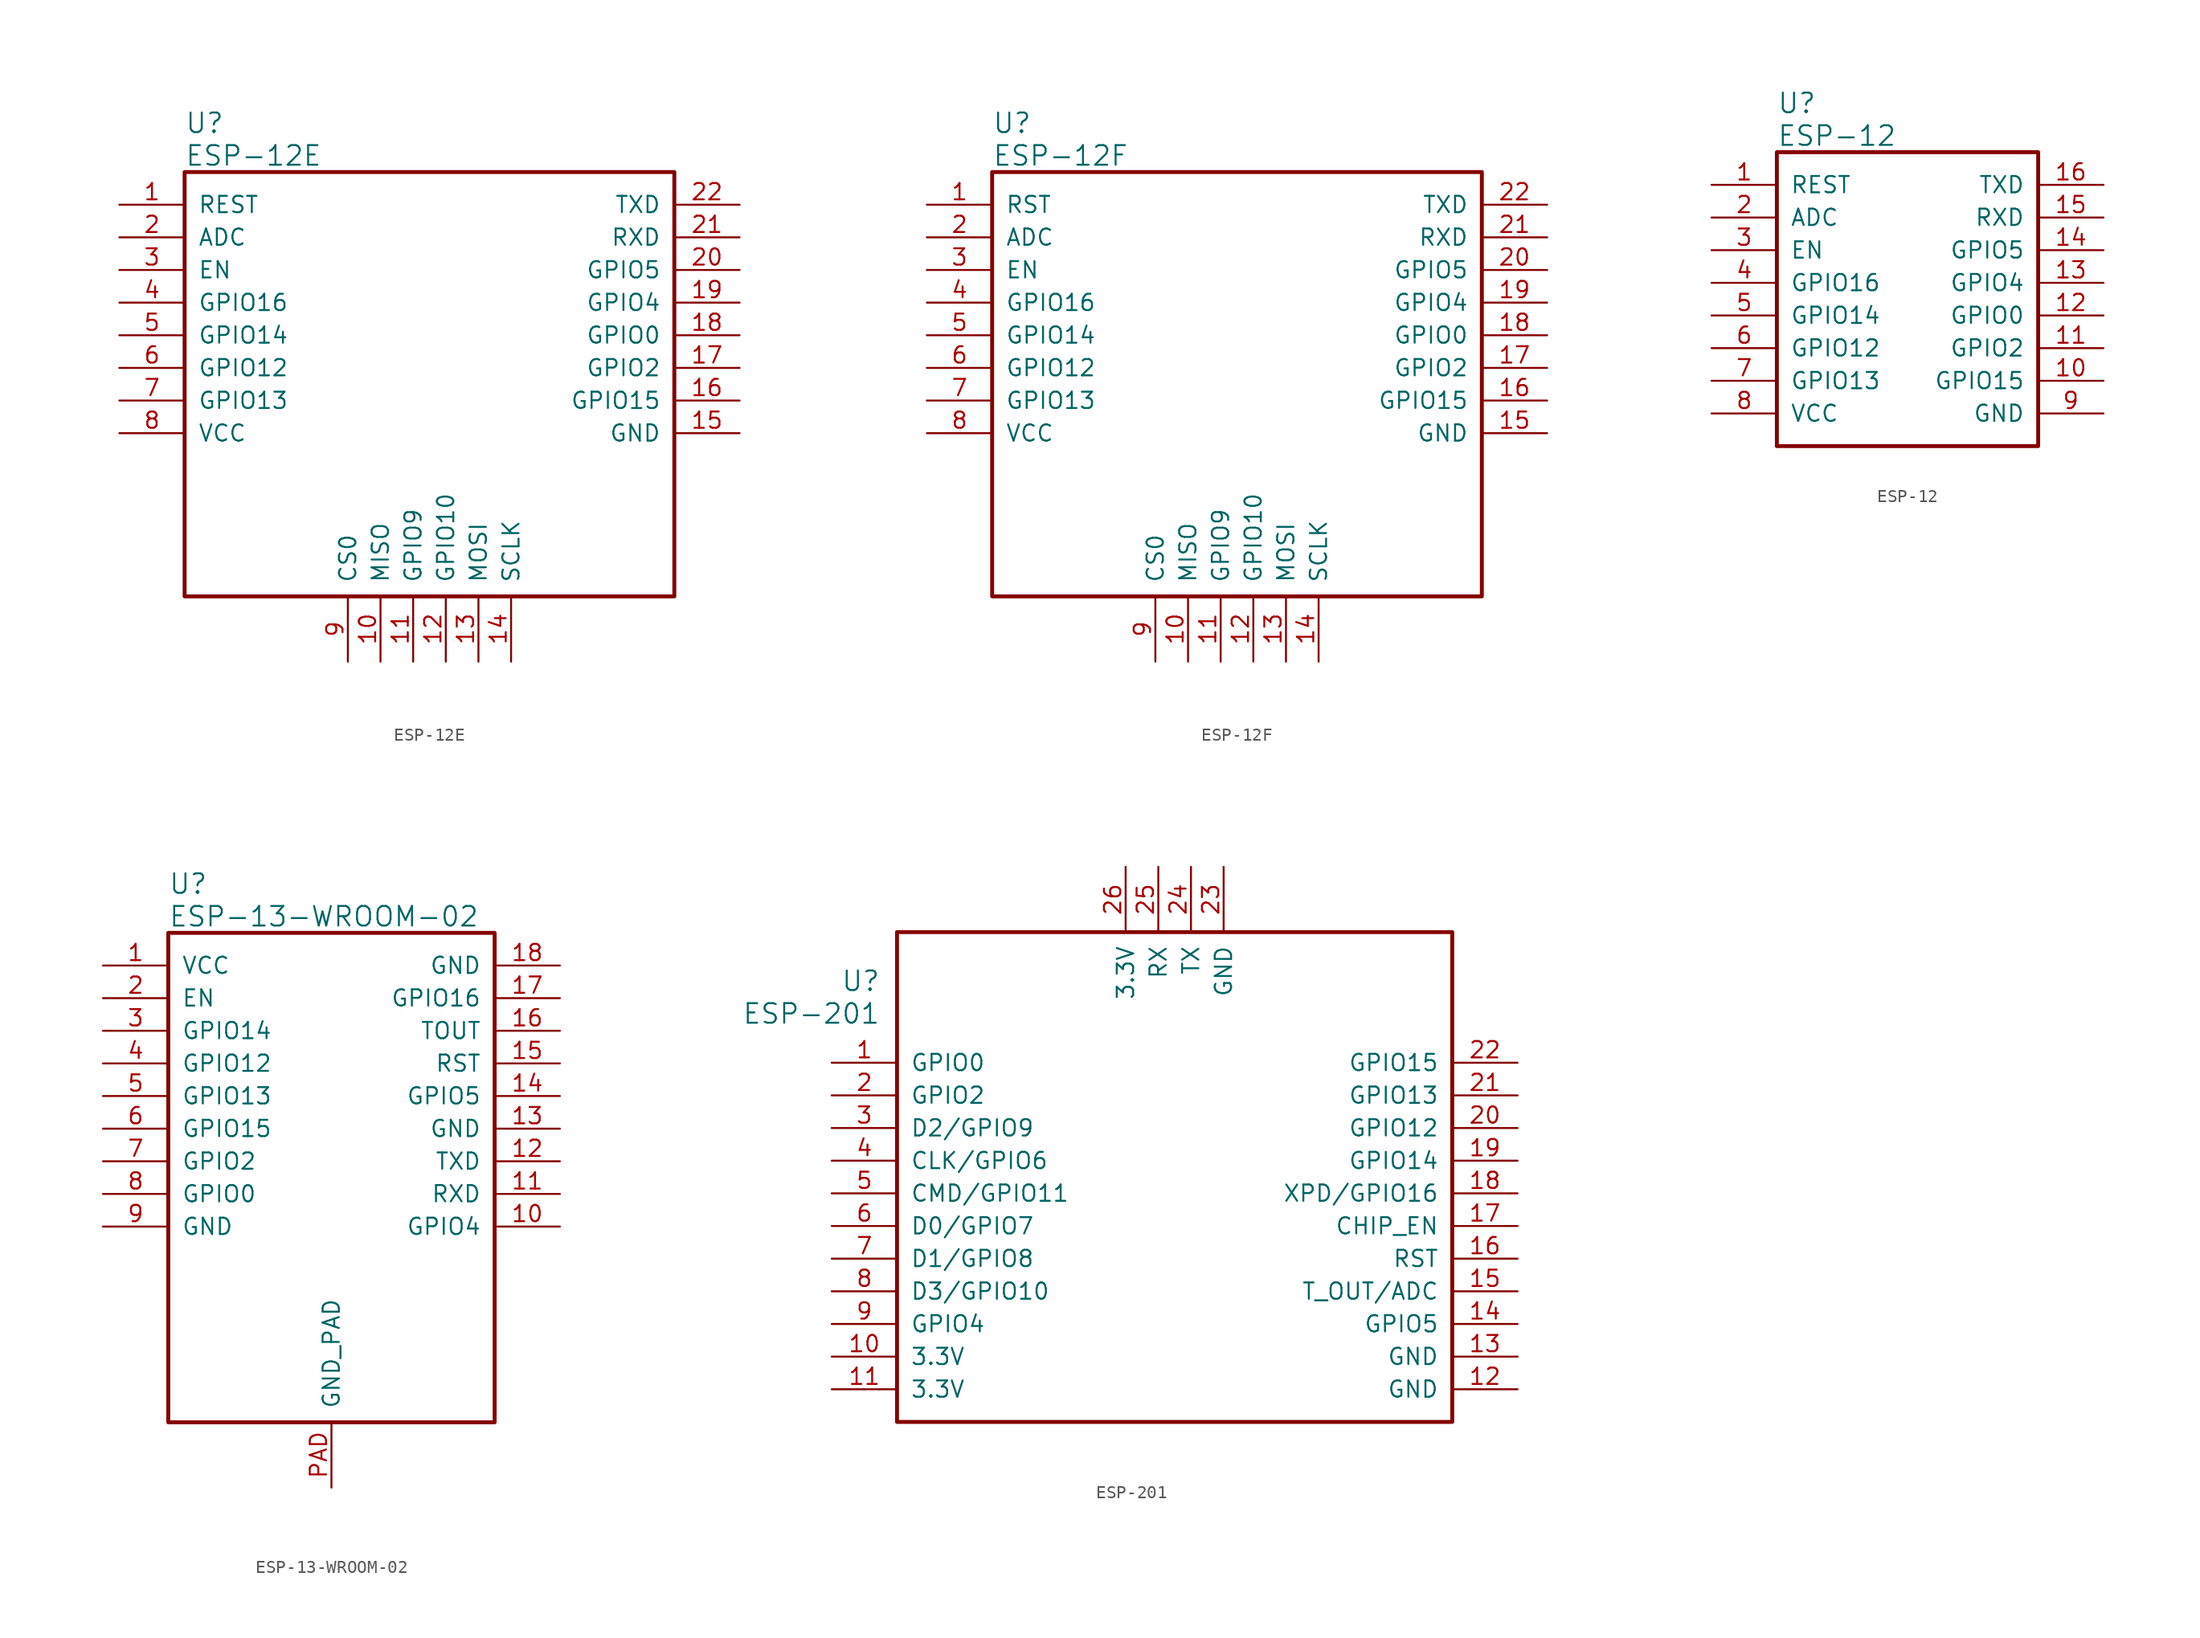
<source format=kicad_sym>
(kicad_symbol_lib
  (version 20201005)
  (generator kicad_symbol_editor)
  (symbol "ESP-12E"
    (pin_names
      (offset 1.016))
    (property "Reference" "U"
      (at 5.08 6.35 0)
      (effects (font (size 1.524 1.524)) (justify left)))
    (property "Value" "ESP-12E"
      (at 5.08 3.81 0)
      (effects (font (size 1.524 1.524)) (justify left)))
    (property "ki_locked" ""
      (at 0 0 0)
      (effects (font (size 1.27 1.27))))
    (symbol "ESP-12E_1_1"
      (rectangle (start 5.08 2.54) (end 43.18 -30.48) (stroke (width 0.305)) (fill (type none)))
      (pin power_in line (at 48.26 -17.78 180) (length 5.08) (name "GND" (effects (font (size 1.27 1.27)))) (number "15" (effects (font (size 1.27 1.27)))))
      (pin bidirectional line (at 48.26 -15.24 180) (length 5.08) (name "GPIO15" (effects (font (size 1.27 1.27)))) (number "16" (effects (font (size 1.27 1.27)))))
      (pin bidirectional line (at 48.26 -12.7 180) (length 5.08) (name "GPIO2" (effects (font (size 1.27 1.27)))) (number "17" (effects (font (size 1.27 1.27)))))
      (pin bidirectional line (at 48.26 -10.16 180) (length 5.08) (name "GPIO0" (effects (font (size 1.27 1.27)))) (number "18" (effects (font (size 1.27 1.27)))))
      (pin bidirectional line (at 48.26 -7.62 180) (length 5.08) (name "GPIO4" (effects (font (size 1.27 1.27)))) (number "19" (effects (font (size 1.27 1.27)))))
      (pin bidirectional line (at 48.26 -5.08 180) (length 5.08) (name "GPIO5" (effects (font (size 1.27 1.27)))) (number "20" (effects (font (size 1.27 1.27)))))
      (pin input line (at 48.26 -2.54 180) (length 5.08) (name "RXD" (effects (font (size 1.27 1.27)))) (number "21" (effects (font (size 1.27 1.27)))))
      (pin output line (at 48.26 0 180) (length 5.08) (name "TXD" (effects (font (size 1.27 1.27)))) (number "22" (effects (font (size 1.27 1.27)))))
      (pin bidirectional line (at 17.78 -35.56 90) (length 5.08) (name "CS0" (effects (font (size 1.27 1.27)))) (number "9" (effects (font (size 1.27 1.27)))))
      (pin bidirectional line (at 20.32 -35.56 90) (length 5.08) (name "MISO" (effects (font (size 1.27 1.27)))) (number "10" (effects (font (size 1.27 1.27)))))
      (pin bidirectional line (at 22.86 -35.56 90) (length 5.08) (name "GPIO9" (effects (font (size 1.27 1.27)))) (number "11" (effects (font (size 1.27 1.27)))))
      (pin bidirectional line (at 25.4 -35.56 90) (length 5.08) (name "GPIO10" (effects (font (size 1.27 1.27)))) (number "12" (effects (font (size 1.27 1.27)))))
      (pin bidirectional line (at 27.94 -35.56 90) (length 5.08) (name "MOSI" (effects (font (size 1.27 1.27)))) (number "13" (effects (font (size 1.27 1.27)))))
      (pin bidirectional line (at 30.48 -35.56 90) (length 5.08) (name "SCLK" (effects (font (size 1.27 1.27)))) (number "14" (effects (font (size 1.27 1.27)))))
      (pin input line (at 0 0 0) (length 5.08) (name "REST" (effects (font (size 1.27 1.27)))) (number "1" (effects (font (size 1.27 1.27)))))
      (pin passive line (at 0 -2.54 0) (length 5.08) (name "ADC" (effects (font (size 1.27 1.27)))) (number "2" (effects (font (size 1.27 1.27)))))
      (pin input line (at 0 -5.08 0) (length 5.08) (name "EN" (effects (font (size 1.27 1.27)))) (number "3" (effects (font (size 1.27 1.27)))))
      (pin bidirectional line (at 0 -7.62 0) (length 5.08) (name "GPIO16" (effects (font (size 1.27 1.27)))) (number "4" (effects (font (size 1.27 1.27)))))
      (pin bidirectional line (at 0 -10.16 0) (length 5.08) (name "GPIO14" (effects (font (size 1.27 1.27)))) (number "5" (effects (font (size 1.27 1.27)))))
      (pin bidirectional line (at 0 -12.7 0) (length 5.08) (name "GPIO12" (effects (font (size 1.27 1.27)))) (number "6" (effects (font (size 1.27 1.27)))))
      (pin bidirectional line (at 0 -15.24 0) (length 5.08) (name "GPIO13" (effects (font (size 1.27 1.27)))) (number "7" (effects (font (size 1.27 1.27)))))
      (pin power_in line (at 0 -17.78 0) (length 5.08) (name "VCC" (effects (font (size 1.27 1.27)))) (number "8" (effects (font (size 1.27 1.27)))))))
  (symbol "ESP-12F"
    (pin_names
      (offset 1.016))
    (property "Reference" "U"
      (at 5.08 6.35 0)
      (effects (font (size 1.524 1.524)) (justify left)))
    (property "Value" "ESP-12F"
      (at 5.08 3.81 0)
      (effects (font (size 1.524 1.524)) (justify left)))
    (property "ki_locked" ""
      (at 0 0 0)
      (effects (font (size 1.27 1.27))))
    (symbol "ESP-12F_1_1"
      (rectangle (start 5.08 2.54) (end 43.18 -30.48) (stroke (width 0.305)) (fill (type none)))
      (pin power_in line (at 48.26 -17.78 180) (length 5.08) (name "GND" (effects (font (size 1.27 1.27)))) (number "15" (effects (font (size 1.27 1.27)))))
      (pin bidirectional line (at 48.26 -15.24 180) (length 5.08) (name "GPIO15" (effects (font (size 1.27 1.27)))) (number "16" (effects (font (size 1.27 1.27)))))
      (pin bidirectional line (at 48.26 -12.7 180) (length 5.08) (name "GPIO2" (effects (font (size 1.27 1.27)))) (number "17" (effects (font (size 1.27 1.27)))))
      (pin bidirectional line (at 48.26 -10.16 180) (length 5.08) (name "GPIO0" (effects (font (size 1.27 1.27)))) (number "18" (effects (font (size 1.27 1.27)))))
      (pin bidirectional line (at 48.26 -7.62 180) (length 5.08) (name "GPIO4" (effects (font (size 1.27 1.27)))) (number "19" (effects (font (size 1.27 1.27)))))
      (pin bidirectional line (at 48.26 -5.08 180) (length 5.08) (name "GPIO5" (effects (font (size 1.27 1.27)))) (number "20" (effects (font (size 1.27 1.27)))))
      (pin input line (at 48.26 -2.54 180) (length 5.08) (name "RXD" (effects (font (size 1.27 1.27)))) (number "21" (effects (font (size 1.27 1.27)))))
      (pin output line (at 48.26 0 180) (length 5.08) (name "TXD" (effects (font (size 1.27 1.27)))) (number "22" (effects (font (size 1.27 1.27)))))
      (pin bidirectional line (at 17.78 -35.56 90) (length 5.08) (name "CS0" (effects (font (size 1.27 1.27)))) (number "9" (effects (font (size 1.27 1.27)))))
      (pin bidirectional line (at 20.32 -35.56 90) (length 5.08) (name "MISO" (effects (font (size 1.27 1.27)))) (number "10" (effects (font (size 1.27 1.27)))))
      (pin bidirectional line (at 22.86 -35.56 90) (length 5.08) (name "GPIO9" (effects (font (size 1.27 1.27)))) (number "11" (effects (font (size 1.27 1.27)))))
      (pin bidirectional line (at 25.4 -35.56 90) (length 5.08) (name "GPIO10" (effects (font (size 1.27 1.27)))) (number "12" (effects (font (size 1.27 1.27)))))
      (pin bidirectional line (at 27.94 -35.56 90) (length 5.08) (name "MOSI" (effects (font (size 1.27 1.27)))) (number "13" (effects (font (size 1.27 1.27)))))
      (pin bidirectional line (at 30.48 -35.56 90) (length 5.08) (name "SCLK" (effects (font (size 1.27 1.27)))) (number "14" (effects (font (size 1.27 1.27)))))
      (pin input line (at 0 0 0) (length 5.08) (name "RST" (effects (font (size 1.27 1.27)))) (number "1" (effects (font (size 1.27 1.27)))))
      (pin passive line (at 0 -2.54 0) (length 5.08) (name "ADC" (effects (font (size 1.27 1.27)))) (number "2" (effects (font (size 1.27 1.27)))))
      (pin input line (at 0 -5.08 0) (length 5.08) (name "EN" (effects (font (size 1.27 1.27)))) (number "3" (effects (font (size 1.27 1.27)))))
      (pin bidirectional line (at 0 -7.62 0) (length 5.08) (name "GPIO16" (effects (font (size 1.27 1.27)))) (number "4" (effects (font (size 1.27 1.27)))))
      (pin bidirectional line (at 0 -10.16 0) (length 5.08) (name "GPIO14" (effects (font (size 1.27 1.27)))) (number "5" (effects (font (size 1.27 1.27)))))
      (pin bidirectional line (at 0 -12.7 0) (length 5.08) (name "GPIO12" (effects (font (size 1.27 1.27)))) (number "6" (effects (font (size 1.27 1.27)))))
      (pin bidirectional line (at 0 -15.24 0) (length 5.08) (name "GPIO13" (effects (font (size 1.27 1.27)))) (number "7" (effects (font (size 1.27 1.27)))))
      (pin power_in line (at 0 -17.78 0) (length 5.08) (name "VCC" (effects (font (size 1.27 1.27)))) (number "8" (effects (font (size 1.27 1.27)))))))
  (symbol "ESP-12"
    (pin_names
      (offset 1.016))
    (property "Reference" "U"
      (at 5.08 6.35 0)
      (effects (font (size 1.524 1.524)) (justify left)))
    (property "Value" "ESP-12"
      (at 5.08 3.81 0)
      (effects (font (size 1.524 1.524)) (justify left)))
    (property "ki_locked" ""
      (at 0 0 0)
      (effects (font (size 1.27 1.27))))
    (symbol "ESP-12_1_1"
      (rectangle (start 5.08 2.54) (end 25.4 -20.32) (stroke (width 0.305)) (fill (type none)))
      (pin power_in line (at 30.48 -17.78 180) (length 5.08) (name "GND" (effects (font (size 1.27 1.27)))) (number "9" (effects (font (size 1.27 1.27)))))
      (pin bidirectional line (at 30.48 -15.24 180) (length 5.08) (name "GPIO15" (effects (font (size 1.27 1.27)))) (number "10" (effects (font (size 1.27 1.27)))))
      (pin bidirectional line (at 30.48 -12.7 180) (length 5.08) (name "GPIO2" (effects (font (size 1.27 1.27)))) (number "11" (effects (font (size 1.27 1.27)))))
      (pin bidirectional line (at 30.48 -10.16 180) (length 5.08) (name "GPIO0" (effects (font (size 1.27 1.27)))) (number "12" (effects (font (size 1.27 1.27)))))
      (pin bidirectional line (at 30.48 -7.62 180) (length 5.08) (name "GPIO4" (effects (font (size 1.27 1.27)))) (number "13" (effects (font (size 1.27 1.27)))))
      (pin bidirectional line (at 30.48 -5.08 180) (length 5.08) (name "GPIO5" (effects (font (size 1.27 1.27)))) (number "14" (effects (font (size 1.27 1.27)))))
      (pin input line (at 30.48 -2.54 180) (length 5.08) (name "RXD" (effects (font (size 1.27 1.27)))) (number "15" (effects (font (size 1.27 1.27)))))
      (pin output line (at 30.48 0 180) (length 5.08) (name "TXD" (effects (font (size 1.27 1.27)))) (number "16" (effects (font (size 1.27 1.27)))))
      (pin input line (at 0 0 0) (length 5.08) (name "REST" (effects (font (size 1.27 1.27)))) (number "1" (effects (font (size 1.27 1.27)))))
      (pin passive line (at 0 -2.54 0) (length 5.08) (name "ADC" (effects (font (size 1.27 1.27)))) (number "2" (effects (font (size 1.27 1.27)))))
      (pin input line (at 0 -5.08 0) (length 5.08) (name "EN" (effects (font (size 1.27 1.27)))) (number "3" (effects (font (size 1.27 1.27)))))
      (pin bidirectional line (at 0 -7.62 0) (length 5.08) (name "GPIO16" (effects (font (size 1.27 1.27)))) (number "4" (effects (font (size 1.27 1.27)))))
      (pin bidirectional line (at 0 -10.16 0) (length 5.08) (name "GPIO14" (effects (font (size 1.27 1.27)))) (number "5" (effects (font (size 1.27 1.27)))))
      (pin bidirectional line (at 0 -12.7 0) (length 5.08) (name "GPIO12" (effects (font (size 1.27 1.27)))) (number "6" (effects (font (size 1.27 1.27)))))
      (pin bidirectional line (at 0 -15.24 0) (length 5.08) (name "GPIO13" (effects (font (size 1.27 1.27)))) (number "7" (effects (font (size 1.27 1.27)))))
      (pin power_in line (at 0 -17.78 0) (length 5.08) (name "VCC" (effects (font (size 1.27 1.27)))) (number "8" (effects (font (size 1.27 1.27)))))))
  (symbol "ESP-13-WROOM-02"
    (pin_names
      (offset 1.016))
    (property "Reference" "U"
      (at 5.08 6.35 0)
      (effects (font (size 1.524 1.524)) (justify left)))
    (property "Value" "ESP-13-WROOM-02"
      (at 5.08 3.81 0)
      (effects (font (size 1.524 1.524)) (justify left)))
    (property "ki_locked" ""
      (at 0 0 0)
      (effects (font (size 1.27 1.27))))
    (symbol "ESP-13-WROOM-02_1_1"
      (rectangle (start 5.08 2.54) (end 30.48 -35.56) (stroke (width 0.305)) (fill (type none)))
      (pin power_in line (at 17.78 -40.64 90) (length 5.08) (name "GND_PAD" (effects (font (size 1.27 1.27)))) (number "PAD" (effects (font (size 1.27 1.27)))))
      (pin bidirectional line (at 35.56 -20.32 180) (length 5.08) (name "GPIO4" (effects (font (size 1.27 1.27)))) (number "10" (effects (font (size 1.27 1.27)))))
      (pin bidirectional line (at 35.56 -17.78 180) (length 5.08) (name "RXD" (effects (font (size 1.27 1.27)))) (number "11" (effects (font (size 1.27 1.27)))))
      (pin bidirectional line (at 35.56 -15.24 180) (length 5.08) (name "TXD" (effects (font (size 1.27 1.27)))) (number "12" (effects (font (size 1.27 1.27)))))
      (pin power_in line (at 35.56 -12.7 180) (length 5.08) (name "GND" (effects (font (size 1.27 1.27)))) (number "13" (effects (font (size 1.27 1.27)))))
      (pin bidirectional line (at 35.56 -10.16 180) (length 5.08) (name "GPIO5" (effects (font (size 1.27 1.27)))) (number "14" (effects (font (size 1.27 1.27)))))
      (pin input line (at 35.56 -7.62 180) (length 5.08) (name "RST" (effects (font (size 1.27 1.27)))) (number "15" (effects (font (size 1.27 1.27)))))
      (pin output line (at 35.56 -5.08 180) (length 5.08) (name "TOUT" (effects (font (size 1.27 1.27)))) (number "16" (effects (font (size 1.27 1.27)))))
      (pin bidirectional line (at 35.56 -2.54 180) (length 5.08) (name "GPIO16" (effects (font (size 1.27 1.27)))) (number "17" (effects (font (size 1.27 1.27)))))
      (pin power_in line (at 35.56 0 180) (length 5.08) (name "GND" (effects (font (size 1.27 1.27)))) (number "18" (effects (font (size 1.27 1.27)))))
      (pin input line (at 0 0 0) (length 5.08) (name "VCC" (effects (font (size 1.27 1.27)))) (number "1" (effects (font (size 1.27 1.27)))))
      (pin passive line (at 0 -2.54 0) (length 5.08) (name "EN" (effects (font (size 1.27 1.27)))) (number "2" (effects (font (size 1.27 1.27)))))
      (pin input line (at 0 -5.08 0) (length 5.08) (name "GPIO14" (effects (font (size 1.27 1.27)))) (number "3" (effects (font (size 1.27 1.27)))))
      (pin bidirectional line (at 0 -7.62 0) (length 5.08) (name "GPIO12" (effects (font (size 1.27 1.27)))) (number "4" (effects (font (size 1.27 1.27)))))
      (pin bidirectional line (at 0 -10.16 0) (length 5.08) (name "GPIO13" (effects (font (size 1.27 1.27)))) (number "5" (effects (font (size 1.27 1.27)))))
      (pin bidirectional line (at 0 -12.7 0) (length 5.08) (name "GPIO15" (effects (font (size 1.27 1.27)))) (number "6" (effects (font (size 1.27 1.27)))))
      (pin bidirectional line (at 0 -15.24 0) (length 5.08) (name "GPIO2" (effects (font (size 1.27 1.27)))) (number "7" (effects (font (size 1.27 1.27)))))
      (pin bidirectional line (at 0 -17.78 0) (length 5.08) (name "GPIO0" (effects (font (size 1.27 1.27)))) (number "8" (effects (font (size 1.27 1.27)))))
      (pin power_in line (at 0 -20.32 0) (length 5.08) (name "GND" (effects (font (size 1.27 1.27)))) (number "9" (effects (font (size 1.27 1.27)))))))
  (symbol "ESP-201"
    (pin_names
      (offset 1.016))
    (property "Reference" "U"
      (at 3.81 6.35 0)
      (effects (font (size 1.524 1.524)) (justify right)))
    (property "Value" "ESP-201"
      (at 3.81 3.81 0)
      (effects (font (size 1.524 1.524)) (justify right)))
    (property "ki_locked" ""
      (at 0 0 0)
      (effects (font (size 1.27 1.27))))
    (symbol "ESP-201_1_1"
      (rectangle (start 5.08 10.16) (end 48.26 -27.94) (stroke (width 0.305)) (fill (type none)))
      (pin power_in line (at 30.48 15.24 270) (length 5.08) (name "GND" (effects (font (size 1.27 1.27)))) (number "23" (effects (font (size 1.27 1.27)))))
      (pin output line (at 27.94 15.24 270) (length 5.08) (name "TX" (effects (font (size 1.27 1.27)))) (number "24" (effects (font (size 1.27 1.27)))))
      (pin input line (at 25.4 15.24 270) (length 5.08) (name "RX" (effects (font (size 1.27 1.27)))) (number "25" (effects (font (size 1.27 1.27)))))
      (pin power_in line (at 22.86 15.24 270) (length 5.08) (name "3.3V" (effects (font (size 1.27 1.27)))) (number "26" (effects (font (size 1.27 1.27)))))
      (pin power_in line (at 53.34 -25.4 180) (length 5.08) (name "GND" (effects (font (size 1.27 1.27)))) (number "12" (effects (font (size 1.27 1.27)))))
      (pin power_in line (at 53.34 -22.86 180) (length 5.08) (name "GND" (effects (font (size 1.27 1.27)))) (number "13" (effects (font (size 1.27 1.27)))))
      (pin bidirectional line (at 53.34 -20.32 180) (length 5.08) (name "GPIO5" (effects (font (size 1.27 1.27)))) (number "14" (effects (font (size 1.27 1.27)))))
      (pin bidirectional line (at 53.34 -17.78 180) (length 5.08) (name "T_OUT/ADC" (effects (font (size 1.27 1.27)))) (number "15" (effects (font (size 1.27 1.27)))))
      (pin input line (at 53.34 -15.24 180) (length 5.08) (name "RST" (effects (font (size 1.27 1.27)))) (number "16" (effects (font (size 1.27 1.27)))))
      (pin input line (at 53.34 -12.7 180) (length 5.08) (name "CHIP_EN" (effects (font (size 1.27 1.27)))) (number "17" (effects (font (size 1.27 1.27)))))
      (pin bidirectional line (at 53.34 -10.16 180) (length 5.08) (name "XPD/GPIO16" (effects (font (size 1.27 1.27)))) (number "18" (effects (font (size 1.27 1.27)))))
      (pin bidirectional line (at 53.34 -7.62 180) (length 5.08) (name "GPIO14" (effects (font (size 1.27 1.27)))) (number "19" (effects (font (size 1.27 1.27)))))
      (pin bidirectional line (at 53.34 -5.08 180) (length 5.08) (name "GPIO12" (effects (font (size 1.27 1.27)))) (number "20" (effects (font (size 1.27 1.27)))))
      (pin bidirectional line (at 53.34 -2.54 180) (length 5.08) (name "GPIO13" (effects (font (size 1.27 1.27)))) (number "21" (effects (font (size 1.27 1.27)))))
      (pin bidirectional line (at 53.34 0 180) (length 5.08) (name "GPIO15" (effects (font (size 1.27 1.27)))) (number "22" (effects (font (size 1.27 1.27)))))
      (pin bidirectional line (at 0 0 0) (length 5.08) (name "GPIO0" (effects (font (size 1.27 1.27)))) (number "1" (effects (font (size 1.27 1.27)))))
      (pin bidirectional line (at 0 -2.54 0) (length 5.08) (name "GPIO2" (effects (font (size 1.27 1.27)))) (number "2" (effects (font (size 1.27 1.27)))))
      (pin output line (at 0 -5.08 0) (length 5.08) (name "D2/GPIO9" (effects (font (size 1.27 1.27)))) (number "3" (effects (font (size 1.27 1.27)))))
      (pin output line (at 0 -7.62 0) (length 5.08) (name "CLK/GPIO6" (effects (font (size 1.27 1.27)))) (number "4" (effects (font (size 1.27 1.27)))))
      (pin output line (at 0 -10.16 0) (length 5.08) (name "CMD/GPIO11" (effects (font (size 1.27 1.27)))) (number "5" (effects (font (size 1.27 1.27)))))
      (pin output line (at 0 -12.7 0) (length 5.08) (name "D0/GPIO7" (effects (font (size 1.27 1.27)))) (number "6" (effects (font (size 1.27 1.27)))))
      (pin output line (at 0 -15.24 0) (length 5.08) (name "D1/GPIO8" (effects (font (size 1.27 1.27)))) (number "7" (effects (font (size 1.27 1.27)))))
      (pin output line (at 0 -17.78 0) (length 5.08) (name "D3/GPIO10" (effects (font (size 1.27 1.27)))) (number "8" (effects (font (size 1.27 1.27)))))
      (pin bidirectional line (at 0 -20.32 0) (length 5.08) (name "GPIO4" (effects (font (size 1.27 1.27)))) (number "9" (effects (font (size 1.27 1.27)))))
      (pin power_in line (at 0 -22.86 0) (length 5.08) (name "3.3V" (effects (font (size 1.27 1.27)))) (number "10" (effects (font (size 1.27 1.27)))))
      (pin power_in line (at 0 -25.4 0) (length 5.08) (name "3.3V" (effects (font (size 1.27 1.27)))) (number "11" (effects (font (size 1.27 1.27))))))))
</source>
